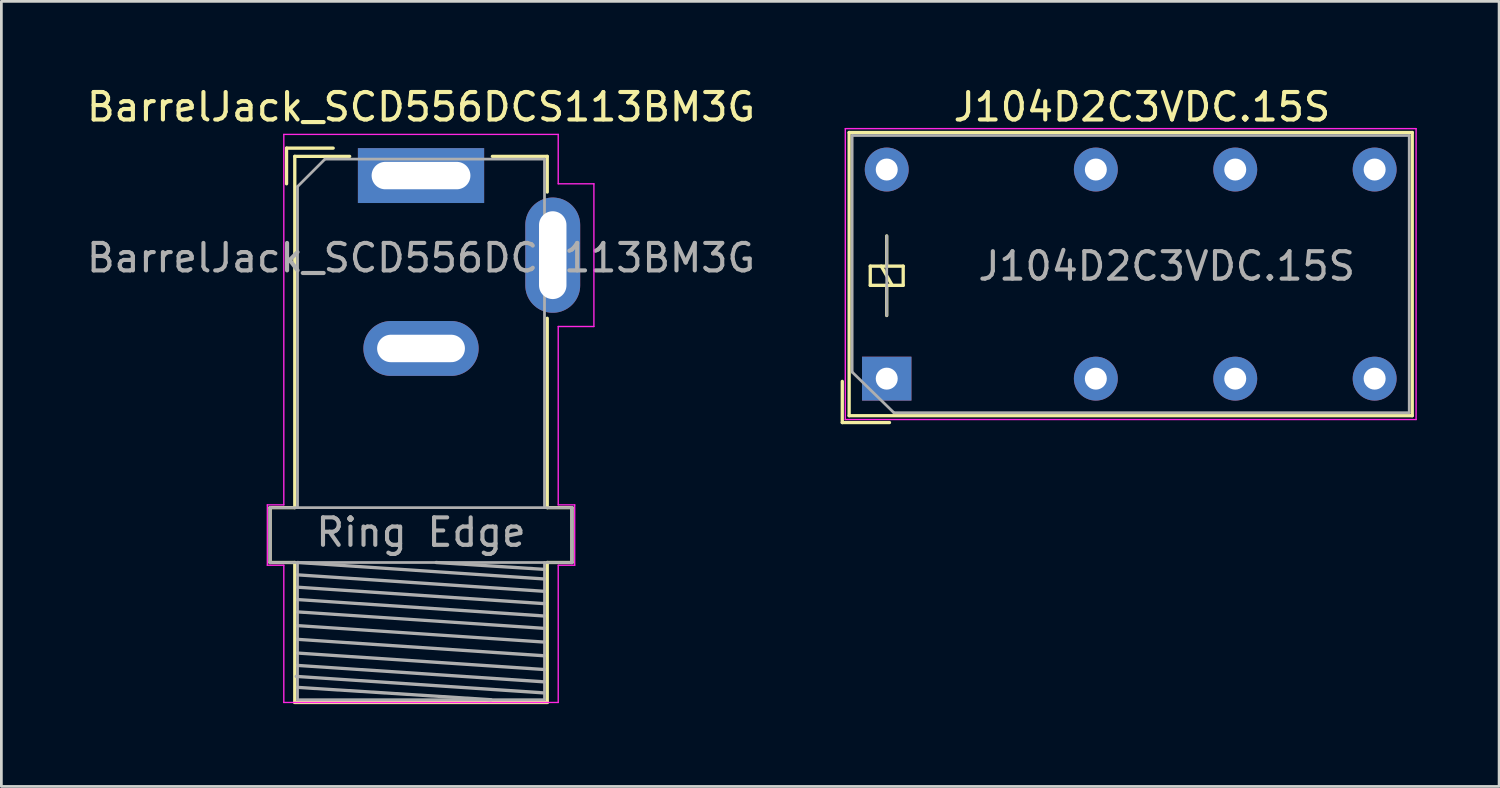
<source format=kicad_pcb>
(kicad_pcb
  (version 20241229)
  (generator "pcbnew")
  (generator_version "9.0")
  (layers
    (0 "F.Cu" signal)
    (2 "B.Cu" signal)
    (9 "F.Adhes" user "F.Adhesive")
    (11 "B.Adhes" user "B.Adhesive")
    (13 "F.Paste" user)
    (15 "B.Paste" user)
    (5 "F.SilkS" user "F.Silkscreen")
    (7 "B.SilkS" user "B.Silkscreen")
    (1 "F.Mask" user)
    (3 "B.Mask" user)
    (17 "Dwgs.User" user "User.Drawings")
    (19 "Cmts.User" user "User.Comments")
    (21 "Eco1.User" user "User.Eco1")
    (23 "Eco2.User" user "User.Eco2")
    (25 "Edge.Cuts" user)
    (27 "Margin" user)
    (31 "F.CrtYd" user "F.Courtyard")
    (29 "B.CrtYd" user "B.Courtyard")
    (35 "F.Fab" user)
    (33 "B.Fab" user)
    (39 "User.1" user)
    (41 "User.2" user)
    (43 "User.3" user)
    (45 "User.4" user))
  (footprint "J104D2C3VDC.15S"
    (layer "F.Cu")
    (at 29.263 10.748)
    (property "Reference" "J104D2C3VDC.15S" (at 9.3 -9.9 0) (layer "F.SilkS") (effects (font (size 1 1) (thickness 0.15))))
    (attr through_hole)
    (fp_line (start -1.62 1.6) (end -1.62 0.1) (stroke (width 0.12) (type solid)) (layer "F.SilkS"))
    (fp_line (start -1.37 -8.97) (end 19.15 -8.97) (stroke (width 0.12) (type solid)) (layer "F.SilkS"))
    (fp_line (start -1.37 1.35) (end -1.37 -8.97) (stroke (width 0.12) (type solid)) (layer "F.SilkS"))
    (fp_line (start -0.6 -4.1) (end -0.6 -3.4) (stroke (width 0.12) (type solid)) (layer "F.SilkS"))
    (fp_line (start -0.6 -3.4) (end 0.6 -3.4) (stroke (width 0.12) (type solid)) (layer "F.SilkS"))
    (fp_line (start 0 -4.1) (end 0 -5.2) (stroke (width 0.12) (type solid)) (layer "F.SilkS"))
    (fp_line (start 0 -3.4) (end 0 -2.3) (stroke (width 0.12) (type solid)) (layer "F.SilkS"))
    (fp_line (start 0.1 1.6) (end -1.62 1.6) (stroke (width 0.12) (type solid)) (layer "F.SilkS"))
    (fp_line (start 0.2 -3.4) (end -0.2 -4.1) (stroke (width 0.12) (type solid)) (layer "F.SilkS"))
    (fp_line (start 0.6 -4.1) (end -0.6 -4.1) (stroke (width 0.12) (type solid)) (layer "F.SilkS"))
    (fp_line (start 0.6 -3.4) (end 0.6 -4.1) (stroke (width 0.12) (type solid)) (layer "F.SilkS"))
    (fp_line (start 19.15 -8.97) (end 19.15 1.35) (stroke (width 0.12) (type solid)) (layer "F.SilkS"))
    (fp_line (start 19.15 1.35) (end -1.37 1.35) (stroke (width 0.12) (type solid)) (layer "F.SilkS"))
    (fp_line (start -1.51 -9.11) (end -1.51 1.49) (stroke (width 0.05) (type solid)) (layer "F.CrtYd"))
    (fp_line (start -1.51 -9.11) (end 19.29 -9.11) (stroke (width 0.05) (type solid)) (layer "F.CrtYd"))
    (fp_line (start 19.29 1.49) (end -1.51 1.49) (stroke (width 0.05) (type solid)) (layer "F.CrtYd"))
    (fp_line (start 19.29 1.49) (end 19.29 -9.11) (stroke (width 0.05) (type solid)) (layer "F.CrtYd"))
    (fp_line (start -1.26 -8.86) (end 19.04 -8.86) (stroke (width 0.1) (type solid)) (layer "F.Fab"))
    (fp_line (start -1.26 -0.24) (end -1.26 -8.86) (stroke (width 0.1) (type solid)) (layer "F.Fab"))
    (fp_line (start 0 -2.3) (end 0 -5.2) (stroke (width 0.1) (type solid)) (layer "F.Fab"))
    (fp_line (start 0.26 1.24) (end -1.26 -0.24) (stroke (width 0.1) (type solid)) (layer "F.Fab"))
    (fp_line (start 19.04 -8.86) (end 19.04 1.24) (stroke (width 0.1) (type solid)) (layer "F.Fab"))
    (fp_line (start 19.04 1.24) (end 0.26 1.24) (stroke (width 0.1) (type solid)) (layer "F.Fab"))
    (fp_text user "${REFERENCE}" (at 10.2 -4.1 180) (layer "F.Fab") (effects (font (size 1 1) (thickness 0.15))))
    (pad "11" thru_hole circle (at 7.62 0 90) (size 1.6 1.6) (drill 0.8) (layers "*.Cu" "*.Mask"))
    (pad "12" thru_hole circle (at 12.7 0 90) (size 1.6 1.6) (drill 0.8) (layers "*.Cu" "*.Mask"))
    (pad "14" thru_hole circle (at 17.78 0 90) (size 1.6 1.6) (drill 0.8) (layers "*.Cu" "*.Mask"))
    (pad "21" thru_hole circle (at 7.62 -7.62 90) (size 1.6 1.6) (drill 0.8) (layers "*.Cu" "*.Mask"))
    (pad "22" thru_hole circle (at 12.7 -7.62 90) (size 1.6 1.6) (drill 0.8) (layers "*.Cu" "*.Mask"))
    (pad "24" thru_hole circle (at 17.78 -7.62 180) (size 1.6 1.6) (drill 0.8) (layers "*.Cu" "*.Mask"))
    (pad "A1" thru_hole rect (at 0 0 90) (size 1.6 1.8) (drill 0.8) (layers "*.Cu" "*.Mask"))
    (pad "A2" thru_hole circle (at 0 -7.62 90) (size 1.6 1.6) (drill 0.8) (layers "*.Cu" "*.Mask")))
  (footprint "BarrelJack_SCD556DCS113BM3G"
    (layer "F.Cu")
    (at 12.292 3.348)
    (property "Reference" "BarrelJack_SCD556DCS113BM3G" (at 0 -2.5 0) (layer "F.SilkS") (effects (font (size 1 1) (thickness 0.15))))
    (attr through_hole)
    (fp_line (start -5.5 12.1) (end -5.5 14.1) (stroke (width 0.12) (type solid)) (layer "F.SilkS"))
    (fp_line (start -4.9 -1) (end -4.9 0.3) (stroke (width 0.12) (type solid)) (layer "F.SilkS"))
    (fp_line (start -4.6 -0.7) (end -2.6 -0.7) (stroke (width 0.12) (type solid)) (layer "F.SilkS"))
    (fp_line (start -4.6 12.1) (end -5.5 12.1) (stroke (width 0.12) (type solid)) (layer "F.SilkS"))
    (fp_line (start -4.6 12.1) (end -4.6 -0.7) (stroke (width 0.12) (type solid)) (layer "F.SilkS"))
    (fp_line (start -4.6 14.1) (end -5.5 14.1) (stroke (width 0.12) (type solid)) (layer "F.SilkS"))
    (fp_line (start -4.6 14.1) (end -4.6 19.2) (stroke (width 0.12) (type solid)) (layer "F.SilkS"))
    (fp_line (start -3.2 -1) (end -4.9 -1) (stroke (width 0.12) (type solid)) (layer "F.SilkS"))
    (fp_line (start 2.6 -0.7) (end 4.6 -0.7) (stroke (width 0.12) (type solid)) (layer "F.SilkS"))
    (fp_line (start 4.6 -0.7) (end 4.6 0.6) (stroke (width 0.12) (type solid)) (layer "F.SilkS"))
    (fp_line (start 4.6 5.2) (end 4.6 12.1) (stroke (width 0.12) (type solid)) (layer "F.SilkS"))
    (fp_line (start 4.6 14.1) (end 4.6 19.2) (stroke (width 0.12) (type solid)) (layer "F.SilkS"))
    (fp_line (start 4.6 19.2) (end -4.6 19.2) (stroke (width 0.12) (type solid)) (layer "F.SilkS"))
    (fp_line (start 5.5 12.1) (end 4.6 12.1) (stroke (width 0.12) (type solid)) (layer "F.SilkS"))
    (fp_line (start 5.5 12.1) (end 5.5 14.1) (stroke (width 0.12) (type solid)) (layer "F.SilkS"))
    (fp_line (start 5.5 14.1) (end 4.6 14.1) (stroke (width 0.12) (type solid)) (layer "F.SilkS"))
    (fp_line (start -5.6 14.2) (end -5.6 12) (stroke (width 0.05) (type solid)) (layer "F.CrtYd"))
    (fp_line (start -5 -1.5) (end -5 12) (stroke (width 0.05) (type solid)) (layer "F.CrtYd"))
    (fp_line (start -5 12) (end -5.6 12) (stroke (width 0.05) (type solid)) (layer "F.CrtYd"))
    (fp_line (start -5 14.2) (end -5.6 14.2) (stroke (width 0.05) (type solid)) (layer "F.CrtYd"))
    (fp_line (start -5 19.2) (end -5 14.2) (stroke (width 0.05) (type solid)) (layer "F.CrtYd"))
    (fp_line (start -5 19.2) (end 5 19.2) (stroke (width 0.05) (type solid)) (layer "F.CrtYd"))
    (fp_line (start 5 -1.5) (end -5 -1.5) (stroke (width 0.05) (type solid)) (layer "F.CrtYd"))
    (fp_line (start 5 0.3) (end 5 -1.5) (stroke (width 0.05) (type solid)) (layer "F.CrtYd"))
    (fp_line (start 5 12) (end 5 5.5) (stroke (width 0.05) (type solid)) (layer "F.CrtYd"))
    (fp_line (start 5 19.2) (end 5 14.2) (stroke (width 0.05) (type solid)) (layer "F.CrtYd"))
    (fp_line (start 5.6 12) (end 5 12) (stroke (width 0.05) (type solid)) (layer "F.CrtYd"))
    (fp_line (start 5.6 14.2) (end 5 14.2) (stroke (width 0.05) (type solid)) (layer "F.CrtYd"))
    (fp_line (start 5.6 14.2) (end 5.6 12) (stroke (width 0.05) (type solid)) (layer "F.CrtYd"))
    (fp_line (start 6.3 0.3) (end 5 0.3) (stroke (width 0.05) (type solid)) (layer "F.CrtYd"))
    (fp_line (start 6.3 0.3) (end 6.3 5.5) (stroke (width 0.05) (type solid)) (layer "F.CrtYd"))
    (fp_line (start 6.3 5.5) (end 5 5.5) (stroke (width 0.05) (type solid)) (layer "F.CrtYd"))
    (fp_line (start -5.5 12.1) (end -5.5 14.1) (stroke (width 0.12) (type solid)) (layer "F.Fab"))
    (fp_line (start -4.55 18.25) (end 4.45 18.85) (stroke (width 0.12) (type solid)) (layer "F.Fab"))
    (fp_line (start -4.5 0.4) (end -3.5 -0.6) (stroke (width 0.1) (type solid)) (layer "F.Fab"))
    (fp_line (start -4.5 12.1) (end -4.5 0.4) (stroke (width 0.1) (type solid)) (layer "F.Fab"))
    (fp_line (start -4.5 14.1) (end 4.5 14.7) (stroke (width 0.12) (type solid)) (layer "F.Fab"))
    (fp_line (start -4.5 14.55) (end 4.5 15.15) (stroke (width 0.12) (type solid)) (layer "F.Fab"))
    (fp_line (start -4.5 15) (end 4.5 15.6) (stroke (width 0.12) (type solid)) (layer "F.Fab"))
    (fp_line (start -4.5 15.45) (end 4.5 16.05) (stroke (width 0.12) (type solid)) (layer "F.Fab"))
    (fp_line (start -4.5 15.9) (end 4.5 16.5) (stroke (width 0.12) (type solid)) (layer "F.Fab"))
    (fp_line (start -4.5 16.4) (end 4.5 17) (stroke (width 0.12) (type solid)) (layer "F.Fab"))
    (fp_line (start -4.5 16.9) (end 4.5 17.5) (stroke (width 0.12) (type solid)) (layer "F.Fab"))
    (fp_line (start -4.5 17.4) (end 4.5 18) (stroke (width 0.12) (type solid)) (layer "F.Fab"))
    (fp_line (start -4.5 17.85) (end 4.5 18.45) (stroke (width 0.12) (type solid)) (layer "F.Fab"))
    (fp_line (start -4.5 18.65) (end 2.55 19.1) (stroke (width 0.12) (type solid)) (layer "F.Fab"))
    (fp_line (start -4.5 19.1) (end -4.5 14.1) (stroke (width 0.1) (type solid)) (layer "F.Fab"))
    (fp_line (start 0.55 14.1) (end 4.5 14.35) (stroke (width 0.12) (type solid)) (layer "F.Fab"))
    (fp_line (start 4.5 -0.6) (end -3.5 -0.6) (stroke (width 0.1) (type solid)) (layer "F.Fab"))
    (fp_line (start 4.5 -0.6) (end 4.5 12.1) (stroke (width 0.1) (type solid)) (layer "F.Fab"))
    (fp_line (start 4.5 19.1) (end -4.5 19.1) (stroke (width 0.1) (type solid)) (layer "F.Fab"))
    (fp_line (start 4.5 19.1) (end 4.5 14.1) (stroke (width 0.1) (type solid)) (layer "F.Fab"))
    (fp_line (start 5.5 12.1) (end -5.5 12.1) (stroke (width 0.1) (type solid)) (layer "F.Fab"))
    (fp_line (start 5.5 12.1) (end 5.5 14.1) (stroke (width 0.12) (type solid)) (layer "F.Fab"))
    (fp_line (start 5.5 14.1) (end -5.5 14.1) (stroke (width 0.1) (type solid)) (layer "F.Fab"))
    (fp_text user "${REFERENCE}" (at 0 3 0) (layer "F.Fab") (effects (font (size 1 1) (thickness 0.15))))
    (fp_text user "Ring Edge" (at 0 13 0) (unlocked yes) (layer "F.Fab") (effects (font (size 1 1) (thickness 0.15))))
    (pad "1" thru_hole rect (at 0 0) (size 4.6 2) (drill oval 3.6 1) (layers "*.Cu" "*.Mask"))
    (pad "2" thru_hole oval (at 0 6.3) (size 4.2 2) (drill oval 3.2 1) (layers "*.Cu" "*.Mask"))
    (pad "3" thru_hole oval (at 4.8 2.9) (size 2 4.2) (drill oval 1 3.2) (layers "*.Cu" "*.Mask")))
  (gr_rect
    (start -3 -3)
    (end 51.578 25.608)
    (stroke (width 0.1) (type default))
    (fill no)
    (layer "Edge.Cuts")))
</source>
